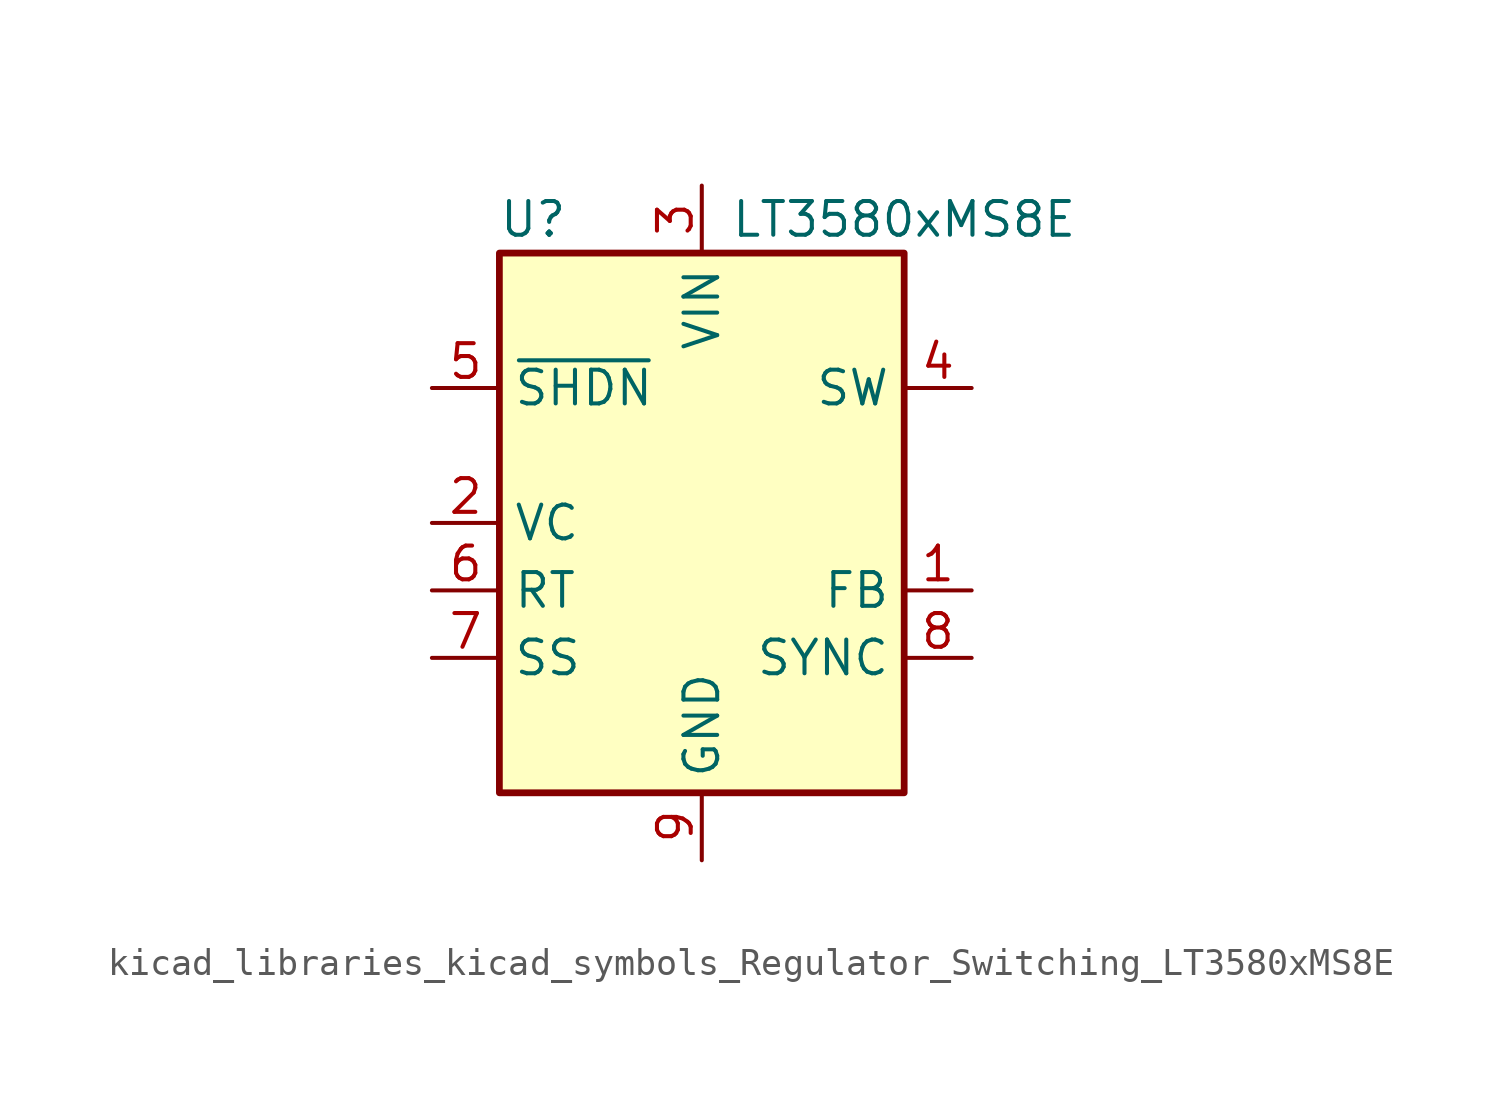
<source format=kicad_sym>
(kicad_symbol_lib
  (version 20220914)
  (generator kicad_symbol_editor)
  (symbol "kicad_libraries_kicad_symbols_Regulator_Switching_LT3580xMS8E"
    (property "Reference" "U"
      (at -6.35 11.43 0)
      (effects (font (size 1.27 1.27))))
    (property "Value" "LT3580xMS8E"
      (at 7.62 11.43 0)
      (effects (font (size 1.27 1.27))))
    (symbol "kicad_libraries_kicad_symbols_Regulator_Switching_LT3580xMS8E_0_1"
      (rectangle (start -7.62 10.16) (end 7.62 -10.16) (stroke (width 0.254) (type default)) (fill (type background))))
    (symbol "kicad_libraries_kicad_symbols_Regulator_Switching_LT3580xMS8E_1_1"
      (pin input line (at 10.16 -2.54 180) (length 2.54) (name "FB" (effects (font (size 1.27 1.27)))) (number "1" (effects (font (size 1.27 1.27)))))
      (pin passive line (at -10.16 0 0) (length 2.54) (name "VC" (effects (font (size 1.27 1.27)))) (number "2" (effects (font (size 1.27 1.27)))))
      (pin power_in line (at 0 12.7 270) (length 2.54) (name "VIN" (effects (font (size 1.27 1.27)))) (number "3" (effects (font (size 1.27 1.27)))))
      (pin open_collector line (at 10.16 5.08 180) (length 2.54) (name "SW" (effects (font (size 1.27 1.27)))) (number "4" (effects (font (size 1.27 1.27)))))
      (pin input line (at -10.16 5.08 0) (length 2.54) (name "~{SHDN}" (effects (font (size 1.27 1.27)))) (number "5" (effects (font (size 1.27 1.27)))))
      (pin passive line (at -10.16 -2.54 0) (length 2.54) (name "RT" (effects (font (size 1.27 1.27)))) (number "6" (effects (font (size 1.27 1.27)))))
      (pin passive line (at -10.16 -5.08 0) (length 2.54) (name "SS" (effects (font (size 1.27 1.27)))) (number "7" (effects (font (size 1.27 1.27)))))
      (pin input line (at 10.16 -5.08 180) (length 2.54) (name "SYNC" (effects (font (size 1.27 1.27)))) (number "8" (effects (font (size 1.27 1.27)))))
      (pin power_in line (at 0 -12.7 90) (length 2.54) (name "GND" (effects (font (size 1.27 1.27)))) (number "9" (effects (font (size 1.27 1.27))))))))
</source>
